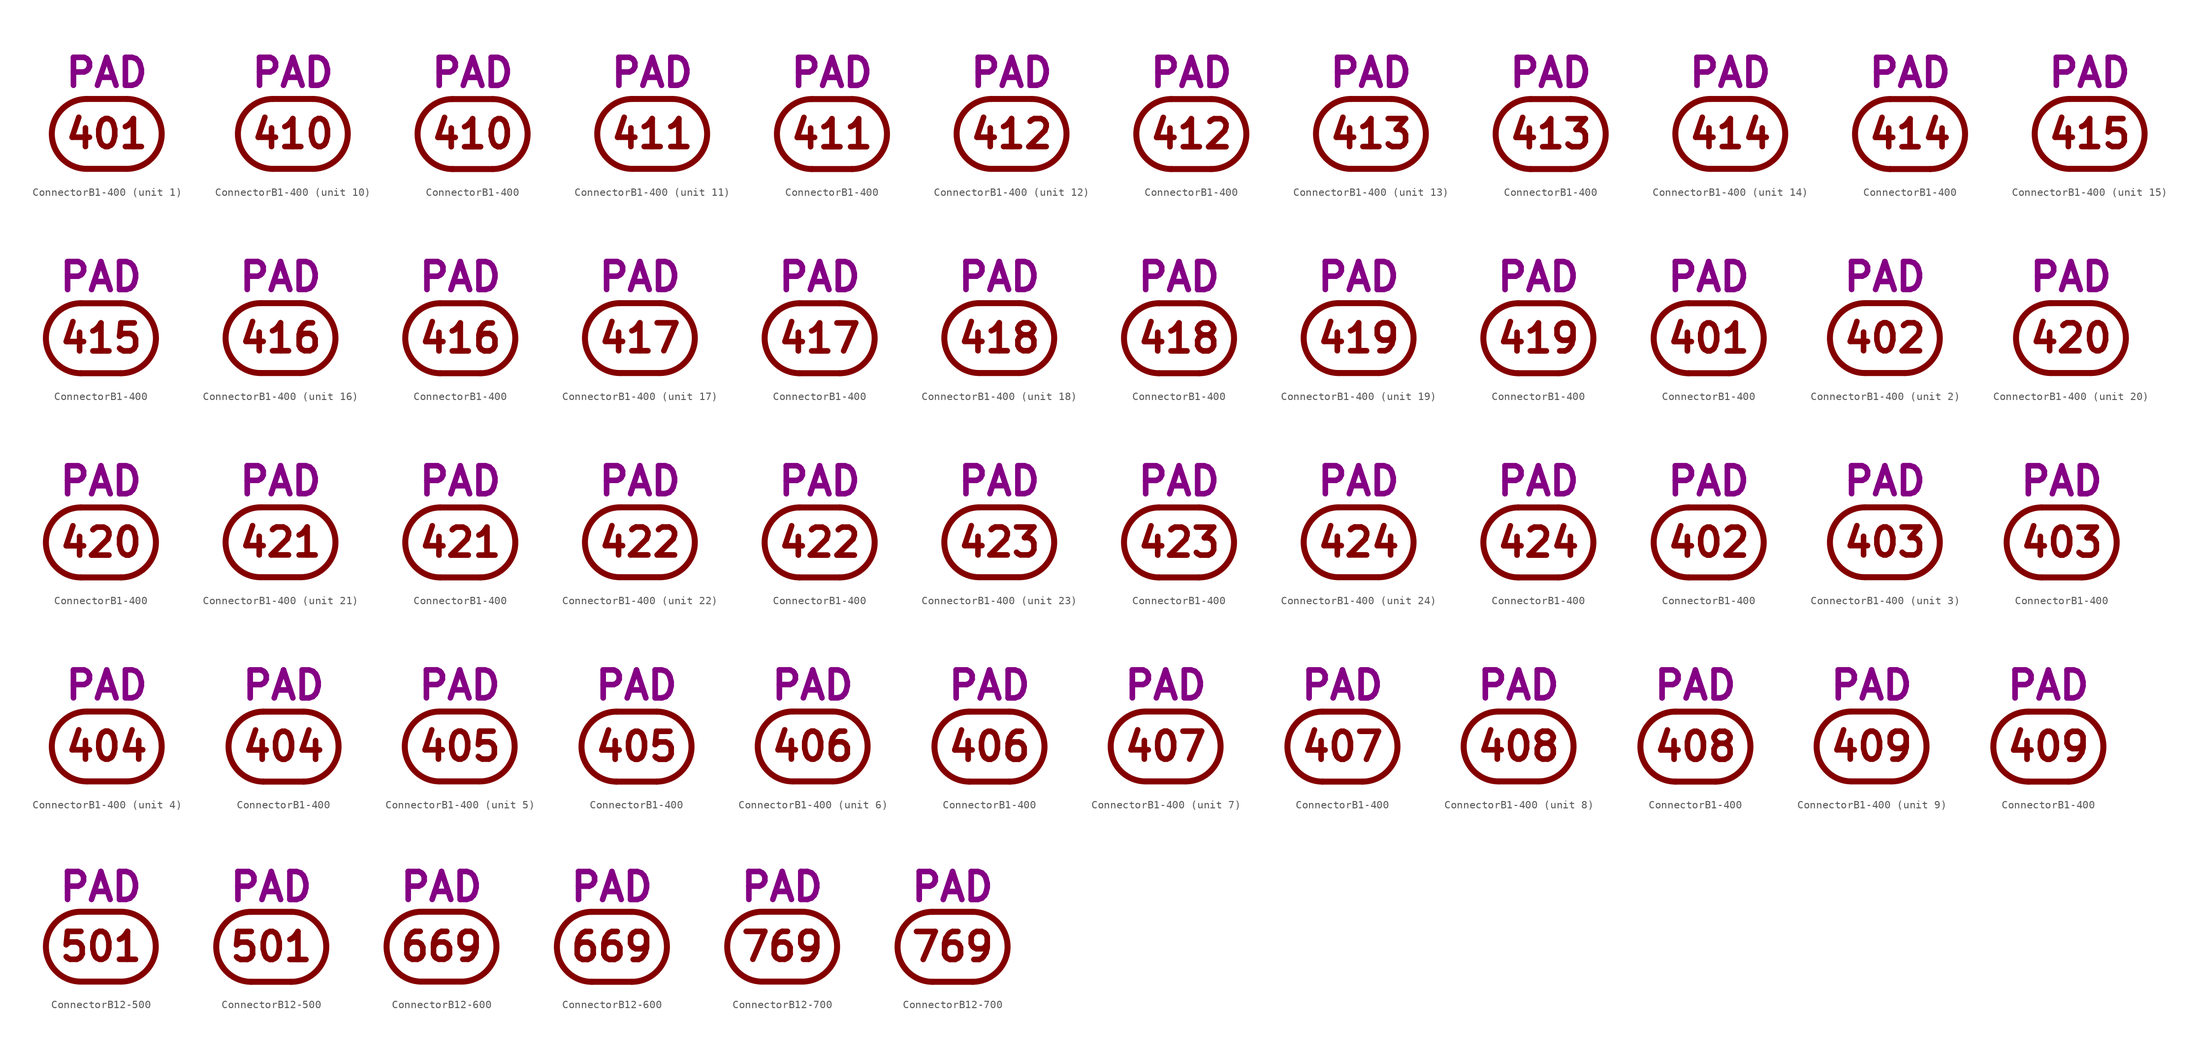
<source format=kicad_sym>
(kicad_symbol_lib
  (version 20211014)
  (generator kicad_symbol_editor)
  (symbol "ConnectorB1-400"
    (pin_numbers hide)
    (pin_names
      (offset 0) hide)
    (property "Reference" "J"
      (at 0 8.255 0)
      (effects (font (size 3.556 3.556)) hide))
    (property "Caption" "PAD"
      (at 0 5.715 0)
      (effects (font (size 3.556 3.556) bold) (justify bottom)))
    (property "ki_locked" ""
      (at 0 0 0)
      (effects (font (size 1.27 1.27))))
    (symbol "ConnectorB1-400_0_0"
      (arc (start -2.54 4.445) (mid -6.985 0) (end -2.54 -4.445) (stroke (width 0.762) (type default) (color 0 0 0 0)) (fill (type none)))
      (polyline (pts (xy -2.54 -4.445) (xy 2.54 -4.445)) (stroke (width 0.762) (type default) (color 0 0 0 0)) (fill (type none)))
      (polyline (pts (xy -2.54 4.445) (xy 2.54 4.445)) (stroke (width 0.762) (type default) (color 0 0 0 0)) (fill (type none)))
      (arc (start 2.54 -4.445) (mid 6.985 0) (end 2.54 4.445) (stroke (width 0.762) (type default) (color 0 0 0 0)) (fill (type none))))
    (symbol "ConnectorB1-400_1_0"
      (text "401" (at 0 0 0) (effects (font (size 3.556 3.556) bold))))
    (symbol "ConnectorB1-400_1_1"
      (pin passive line (at 6.985 0 180) (length 0) (name "401" (effects (font (size 3.556 3.556)))) (number "401" (effects (font (size 3.556 3.556))))))
    (symbol "ConnectorB1-400_1_2"
      (pin passive line (at 0 4.445 270) (length 0) (name "401" (effects (font (size 3.556 3.556)))) (number "401" (effects (font (size 3.556 3.556))))))
    (symbol "ConnectorB1-400_2_0"
      (text "402" (at 0 0 0) (effects (font (size 3.556 3.556) bold))))
    (symbol "ConnectorB1-400_2_1"
      (pin passive line (at 6.985 0 180) (length 0) (name "402" (effects (font (size 3.556 3.556)))) (number "402" (effects (font (size 3.556 3.556))))))
    (symbol "ConnectorB1-400_2_2"
      (pin passive line (at 0 4.445 270) (length 0) (name "402" (effects (font (size 3.556 3.556)))) (number "402" (effects (font (size 3.556 3.556))))))
    (symbol "ConnectorB1-400_3_0"
      (text "403" (at 0 0 0) (effects (font (size 3.556 3.556) bold))))
    (symbol "ConnectorB1-400_3_1"
      (pin passive line (at 6.985 0 180) (length 0) (name "403" (effects (font (size 3.556 3.556)))) (number "403" (effects (font (size 3.556 3.556))))))
    (symbol "ConnectorB1-400_3_2"
      (pin passive line (at 0 4.445 270) (length 0) (name "403" (effects (font (size 3.556 3.556)))) (number "403" (effects (font (size 3.556 3.556))))))
    (symbol "ConnectorB1-400_4_0"
      (text "404" (at 0 0 0) (effects (font (size 3.556 3.556) bold))))
    (symbol "ConnectorB1-400_4_1"
      (pin passive line (at 6.985 0 180) (length 0) (name "404" (effects (font (size 3.556 3.556)))) (number "404" (effects (font (size 3.556 3.556))))))
    (symbol "ConnectorB1-400_4_2"
      (pin passive line (at 0 4.445 270) (length 0) (name "404" (effects (font (size 3.556 3.556)))) (number "404" (effects (font (size 3.556 3.556))))))
    (symbol "ConnectorB1-400_5_0"
      (text "405" (at 0 0 0) (effects (font (size 3.556 3.556) bold))))
    (symbol "ConnectorB1-400_5_1"
      (pin passive line (at 6.985 0 180) (length 0) (name "405" (effects (font (size 3.556 3.556)))) (number "405" (effects (font (size 3.556 3.556))))))
    (symbol "ConnectorB1-400_5_2"
      (pin passive line (at 0 4.445 270) (length 0) (name "405" (effects (font (size 3.556 3.556)))) (number "405" (effects (font (size 3.556 3.556))))))
    (symbol "ConnectorB1-400_6_0"
      (text "406" (at 0 0 0) (effects (font (size 3.556 3.556) bold))))
    (symbol "ConnectorB1-400_6_1"
      (pin passive line (at 6.985 0 180) (length 0) (name "406" (effects (font (size 3.556 3.556)))) (number "406" (effects (font (size 3.556 3.556))))))
    (symbol "ConnectorB1-400_6_2"
      (pin passive line (at 0 4.445 270) (length 0) (name "406" (effects (font (size 3.556 3.556)))) (number "406" (effects (font (size 3.556 3.556))))))
    (symbol "ConnectorB1-400_7_0"
      (text "407" (at 0 0 0) (effects (font (size 3.556 3.556) bold))))
    (symbol "ConnectorB1-400_7_1"
      (pin passive line (at 6.985 0 180) (length 0) (name "407" (effects (font (size 3.556 3.556)))) (number "407" (effects (font (size 3.556 3.556))))))
    (symbol "ConnectorB1-400_7_2"
      (pin passive line (at 0 4.445 270) (length 0) (name "407" (effects (font (size 3.556 3.556)))) (number "407" (effects (font (size 3.556 3.556))))))
    (symbol "ConnectorB1-400_8_0"
      (text "408" (at 0 0 0) (effects (font (size 3.556 3.556) bold))))
    (symbol "ConnectorB1-400_8_1"
      (pin passive line (at 6.985 0 180) (length 0) (name "408" (effects (font (size 3.556 3.556)))) (number "408" (effects (font (size 3.556 3.556))))))
    (symbol "ConnectorB1-400_8_2"
      (pin passive line (at 0 4.445 270) (length 0) (name "408" (effects (font (size 3.556 3.556)))) (number "408" (effects (font (size 3.556 3.556))))))
    (symbol "ConnectorB1-400_9_0"
      (text "409" (at 0 0 0) (effects (font (size 3.556 3.556) bold))))
    (symbol "ConnectorB1-400_9_1"
      (pin passive line (at 6.985 0 180) (length 0) (name "409" (effects (font (size 3.556 3.556)))) (number "409" (effects (font (size 3.556 3.556))))))
    (symbol "ConnectorB1-400_9_2"
      (pin passive line (at 0 4.445 270) (length 0) (name "409" (effects (font (size 3.556 3.556)))) (number "409" (effects (font (size 3.556 3.556))))))
    (symbol "ConnectorB1-400_10_0"
      (text "410" (at 0 0 0) (effects (font (size 3.556 3.556) bold))))
    (symbol "ConnectorB1-400_10_1"
      (pin passive line (at 6.985 0 180) (length 0) (name "410" (effects (font (size 3.556 3.556)))) (number "410" (effects (font (size 3.556 3.556))))))
    (symbol "ConnectorB1-400_10_2"
      (pin passive line (at 0 4.445 270) (length 0) (name "410" (effects (font (size 3.556 3.556)))) (number "410" (effects (font (size 3.556 3.556))))))
    (symbol "ConnectorB1-400_11_0"
      (text "411" (at 0 0 0) (effects (font (size 3.556 3.556) bold))))
    (symbol "ConnectorB1-400_11_1"
      (pin passive line (at 6.985 0 180) (length 0) (name "411" (effects (font (size 3.556 3.556)))) (number "411" (effects (font (size 3.556 3.556))))))
    (symbol "ConnectorB1-400_11_2"
      (pin passive line (at 0 4.445 270) (length 0) (name "411" (effects (font (size 3.556 3.556)))) (number "411" (effects (font (size 3.556 3.556))))))
    (symbol "ConnectorB1-400_12_0"
      (text "412" (at 0 0 0) (effects (font (size 3.556 3.556) bold))))
    (symbol "ConnectorB1-400_12_1"
      (pin passive line (at 6.985 0 180) (length 0) (name "412" (effects (font (size 3.556 3.556)))) (number "412" (effects (font (size 3.556 3.556))))))
    (symbol "ConnectorB1-400_12_2"
      (pin passive line (at 0 4.445 270) (length 0) (name "412" (effects (font (size 3.556 3.556)))) (number "412" (effects (font (size 3.556 3.556))))))
    (symbol "ConnectorB1-400_13_0"
      (text "413" (at 0 0 0) (effects (font (size 3.556 3.556) bold))))
    (symbol "ConnectorB1-400_13_1"
      (pin passive line (at 6.985 0 180) (length 0) (name "413" (effects (font (size 3.556 3.556)))) (number "413" (effects (font (size 3.556 3.556))))))
    (symbol "ConnectorB1-400_13_2"
      (pin passive line (at 0 4.445 270) (length 0) (name "413" (effects (font (size 3.556 3.556)))) (number "413" (effects (font (size 3.556 3.556))))))
    (symbol "ConnectorB1-400_14_0"
      (text "414" (at 0 0 0) (effects (font (size 3.556 3.556) bold))))
    (symbol "ConnectorB1-400_14_1"
      (pin passive line (at 6.985 0 180) (length 0) (name "414" (effects (font (size 3.556 3.556)))) (number "414" (effects (font (size 3.556 3.556))))))
    (symbol "ConnectorB1-400_14_2"
      (pin passive line (at 0 4.445 270) (length 0) (name "414" (effects (font (size 3.556 3.556)))) (number "414" (effects (font (size 3.556 3.556))))))
    (symbol "ConnectorB1-400_15_0"
      (text "415" (at 0 0 0) (effects (font (size 3.556 3.556) bold))))
    (symbol "ConnectorB1-400_15_1"
      (pin passive line (at 6.985 0 180) (length 0) (name "415" (effects (font (size 3.556 3.556)))) (number "415" (effects (font (size 3.556 3.556))))))
    (symbol "ConnectorB1-400_15_2"
      (pin passive line (at 0 4.445 270) (length 0) (name "415" (effects (font (size 3.556 3.556)))) (number "415" (effects (font (size 3.556 3.556))))))
    (symbol "ConnectorB1-400_16_0"
      (text "416" (at 0 0 0) (effects (font (size 3.556 3.556) bold))))
    (symbol "ConnectorB1-400_16_1"
      (pin passive line (at 6.985 0 180) (length 0) (name "416" (effects (font (size 3.556 3.556)))) (number "416" (effects (font (size 3.556 3.556))))))
    (symbol "ConnectorB1-400_16_2"
      (pin passive line (at 0 4.445 270) (length 0) (name "416" (effects (font (size 3.556 3.556)))) (number "416" (effects (font (size 3.556 3.556))))))
    (symbol "ConnectorB1-400_17_0"
      (text "417" (at 0 0 0) (effects (font (size 3.556 3.556) bold))))
    (symbol "ConnectorB1-400_17_1"
      (pin passive line (at 6.985 0 180) (length 0) (name "417" (effects (font (size 3.556 3.556)))) (number "417" (effects (font (size 3.556 3.556))))))
    (symbol "ConnectorB1-400_17_2"
      (pin passive line (at 0 4.445 270) (length 0) (name "417" (effects (font (size 3.556 3.556)))) (number "417" (effects (font (size 3.556 3.556))))))
    (symbol "ConnectorB1-400_18_0"
      (text "418" (at 0 0 0) (effects (font (size 3.556 3.556) bold))))
    (symbol "ConnectorB1-400_18_1"
      (pin passive line (at 6.985 0 180) (length 0) (name "418" (effects (font (size 3.556 3.556)))) (number "418" (effects (font (size 3.556 3.556))))))
    (symbol "ConnectorB1-400_18_2"
      (pin passive line (at 0 4.445 270) (length 0) (name "418" (effects (font (size 3.556 3.556)))) (number "418" (effects (font (size 3.556 3.556))))))
    (symbol "ConnectorB1-400_19_0"
      (text "419" (at 0 0 0) (effects (font (size 3.556 3.556) bold))))
    (symbol "ConnectorB1-400_19_1"
      (pin passive line (at 6.985 0 180) (length 0) (name "419" (effects (font (size 3.556 3.556)))) (number "419" (effects (font (size 3.556 3.556))))))
    (symbol "ConnectorB1-400_19_2"
      (pin passive line (at 0 4.445 270) (length 0) (name "419" (effects (font (size 3.556 3.556)))) (number "419" (effects (font (size 3.556 3.556))))))
    (symbol "ConnectorB1-400_20_0"
      (text "420" (at 0 0 0) (effects (font (size 3.556 3.556) bold))))
    (symbol "ConnectorB1-400_20_1"
      (pin passive line (at 6.985 0 180) (length 0) (name "420" (effects (font (size 3.556 3.556)))) (number "420" (effects (font (size 3.556 3.556))))))
    (symbol "ConnectorB1-400_20_2"
      (pin passive line (at 0 4.445 270) (length 0) (name "420" (effects (font (size 3.556 3.556)))) (number "420" (effects (font (size 3.556 3.556))))))
    (symbol "ConnectorB1-400_21_0"
      (text "421" (at 0 0 0) (effects (font (size 3.556 3.556) bold))))
    (symbol "ConnectorB1-400_21_1"
      (pin passive line (at 6.985 0 180) (length 0) (name "421" (effects (font (size 3.556 3.556)))) (number "421" (effects (font (size 3.556 3.556))))))
    (symbol "ConnectorB1-400_21_2"
      (pin passive line (at 0 4.445 270) (length 0) (name "421" (effects (font (size 3.556 3.556)))) (number "421" (effects (font (size 3.556 3.556))))))
    (symbol "ConnectorB1-400_22_0"
      (text "422" (at 0 0 0) (effects (font (size 3.556 3.556) bold))))
    (symbol "ConnectorB1-400_22_1"
      (pin passive line (at 6.985 0 180) (length 0) (name "422" (effects (font (size 3.556 3.556)))) (number "422" (effects (font (size 3.556 3.556))))))
    (symbol "ConnectorB1-400_22_2"
      (pin passive line (at 0 4.445 270) (length 0) (name "422" (effects (font (size 3.556 3.556)))) (number "422" (effects (font (size 3.556 3.556))))))
    (symbol "ConnectorB1-400_23_0"
      (text "423" (at 0 0 0) (effects (font (size 3.556 3.556) bold))))
    (symbol "ConnectorB1-400_23_1"
      (pin passive line (at 6.985 0 180) (length 0) (name "423" (effects (font (size 3.556 3.556)))) (number "423" (effects (font (size 3.556 3.556))))))
    (symbol "ConnectorB1-400_23_2"
      (pin passive line (at 0 4.445 270) (length 0) (name "423" (effects (font (size 3.556 3.556)))) (number "423" (effects (font (size 3.556 3.556))))))
    (symbol "ConnectorB1-400_24_0"
      (text "424" (at 0 0 0) (effects (font (size 3.556 3.556) bold))))
    (symbol "ConnectorB1-400_24_1"
      (pin passive line (at 6.985 0 180) (length 0) (name "424" (effects (font (size 3.556 3.556)))) (number "424" (effects (font (size 3.556 3.556))))))
    (symbol "ConnectorB1-400_24_2"
      (pin passive line (at 0 4.445 270) (length 0) (name "424" (effects (font (size 3.556 3.556)))) (number "424" (effects (font (size 3.556 3.556)))))))
  (symbol "ConnectorB12-500"
    (pin_numbers hide)
    (pin_names
      (offset 0) hide)
    (property "Reference" "J"
      (at -0.635 -8.255 0)
      (effects (font (size 3.302 3.302)) hide))
    (property "Caption" "PAD"
      (at 0 7.62 0)
      (effects (font (size 3.556 3.556) bold)))
    (symbol "ConnectorB12-500_1_0"
      (arc (start -2.54 4.445) (mid -6.985 0) (end -2.54 -4.445) (stroke (width 0.762) (type default) (color 0 0 0 0)) (fill (type none)))
      (polyline (pts (xy -2.54 -4.445) (xy 2.54 -4.445)) (stroke (width 0.762) (type default) (color 0 0 0 0)) (fill (type none)))
      (polyline (pts (xy -2.54 4.445) (xy 2.54 4.445)) (stroke (width 0.762) (type default) (color 0 0 0 0)) (fill (type none)))
      (arc (start 2.54 -4.445) (mid 6.985 0) (end 2.54 4.445) (stroke (width 0.762) (type default) (color 0 0 0 0)) (fill (type none)))
      (text "501" (at 0 0 0) (effects (font (size 3.556 3.556) bold))))
    (symbol "ConnectorB12-500_1_1"
      (pin passive line (at 6.985 0 180) (length 0) (name "501" (effects (font (size 3.556 3.556)))) (number "1" (effects (font (size 3.556 3.556))))))
    (symbol "ConnectorB12-500_1_2"
      (pin passive line (at 0 4.445 270) (length 0) (name "501" (effects (font (size 3.556 3.556)))) (number "1" (effects (font (size 3.556 3.556)))))))
  (symbol "ConnectorB12-600"
    (pin_numbers hide)
    (pin_names
      (offset 0) hide)
    (property "Reference" "J"
      (at -0.635 -8.255 0)
      (effects (font (size 3.302 3.302)) hide))
    (property "Caption" "PAD"
      (at 0 7.62 0)
      (effects (font (size 3.556 3.556) bold)))
    (symbol "ConnectorB12-600_1_0"
      (arc (start -2.54 4.445) (mid -6.985 0) (end -2.54 -4.445) (stroke (width 0.762) (type default) (color 0 0 0 0)) (fill (type none)))
      (polyline (pts (xy -2.54 -4.445) (xy 2.54 -4.445)) (stroke (width 0.762) (type default) (color 0 0 0 0)) (fill (type none)))
      (polyline (pts (xy -2.54 4.445) (xy 2.54 4.445)) (stroke (width 0.762) (type default) (color 0 0 0 0)) (fill (type none)))
      (arc (start 2.54 -4.445) (mid 6.985 0) (end 2.54 4.445) (stroke (width 0.762) (type default) (color 0 0 0 0)) (fill (type none)))
      (text "669" (at 0 0 0) (effects (font (size 3.556 3.556) bold))))
    (symbol "ConnectorB12-600_1_1"
      (pin passive line (at 6.985 0 180) (length 0) (name "669" (effects (font (size 3.556 3.556)))) (number "1" (effects (font (size 3.556 3.556))))))
    (symbol "ConnectorB12-600_1_2"
      (pin passive line (at 0 4.445 270) (length 0) (name "669" (effects (font (size 3.556 3.556)))) (number "1" (effects (font (size 3.556 3.556)))))))
  (symbol "ConnectorB12-700"
    (pin_numbers hide)
    (pin_names
      (offset 0) hide)
    (property "Reference" "J"
      (at -0.635 -8.255 0)
      (effects (font (size 3.302 3.302)) hide))
    (property "Caption" "PAD"
      (at 0 7.62 0)
      (effects (font (size 3.556 3.556) bold)))
    (symbol "ConnectorB12-700_1_0"
      (arc (start -2.54 4.445) (mid -6.985 0) (end -2.54 -4.445) (stroke (width 0.762) (type default) (color 0 0 0 0)) (fill (type none)))
      (polyline (pts (xy -2.54 -4.445) (xy 2.54 -4.445)) (stroke (width 0.762) (type default) (color 0 0 0 0)) (fill (type none)))
      (polyline (pts (xy -2.54 4.445) (xy 2.54 4.445)) (stroke (width 0.762) (type default) (color 0 0 0 0)) (fill (type none)))
      (arc (start 2.54 -4.445) (mid 6.985 0) (end 2.54 4.445) (stroke (width 0.762) (type default) (color 0 0 0 0)) (fill (type none)))
      (text "769" (at 0 0 0) (effects (font (size 3.556 3.556) bold))))
    (symbol "ConnectorB12-700_1_1"
      (pin passive line (at 6.985 0 180) (length 0) (name "769" (effects (font (size 3.556 3.556)))) (number "1" (effects (font (size 3.556 3.556))))))
    (symbol "ConnectorB12-700_1_2"
      (pin passive line (at 0 4.445 270) (length 0) (name "769" (effects (font (size 3.556 3.556)))) (number "1" (effects (font (size 3.556 3.556))))))))
</source>
